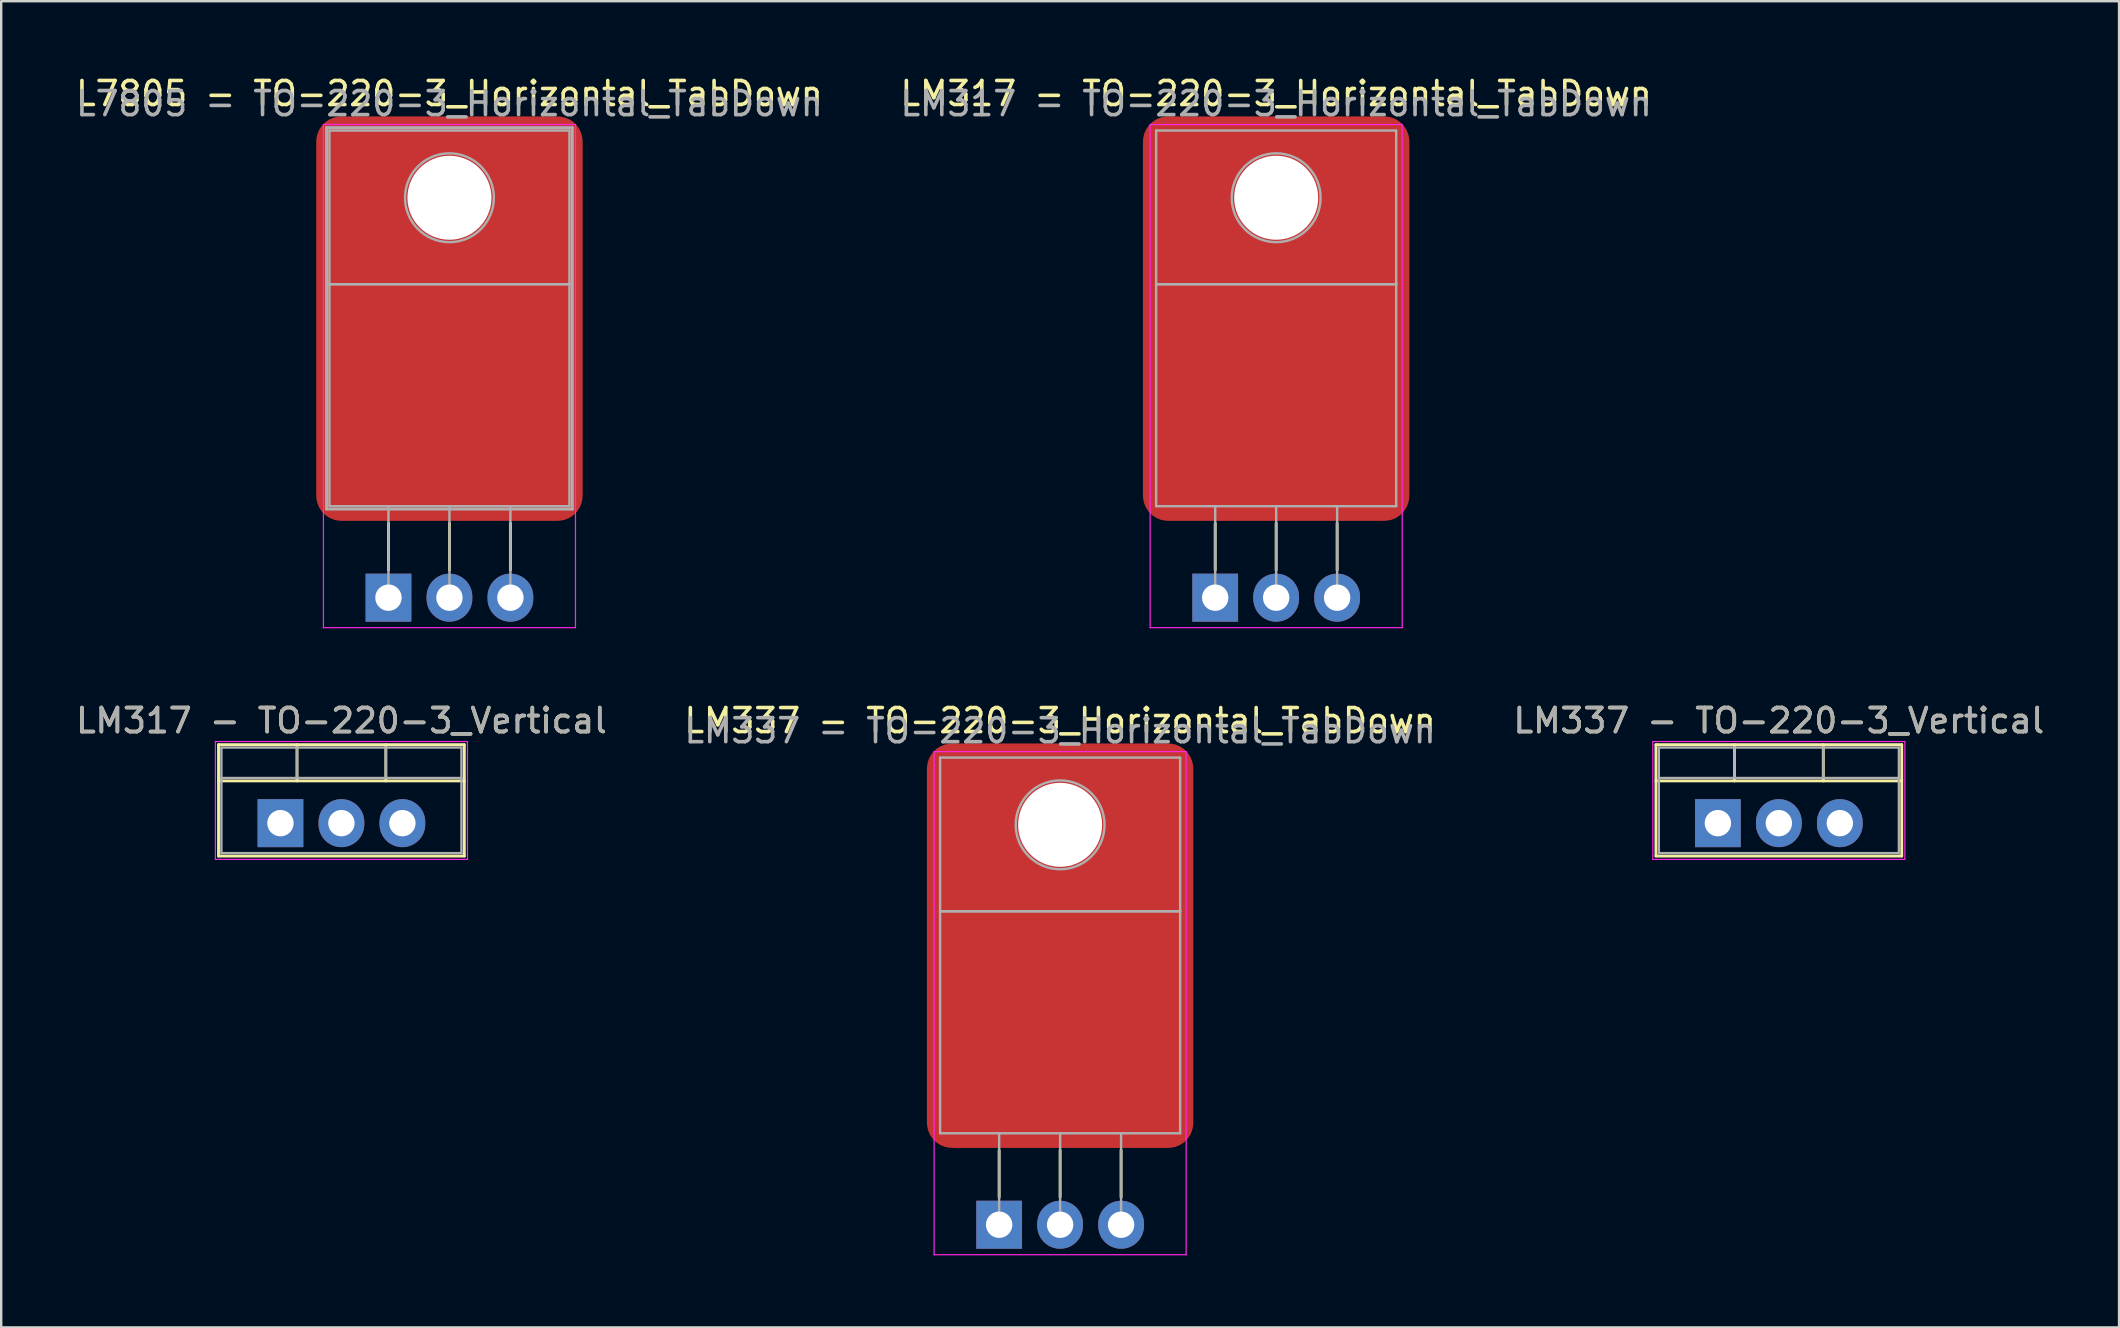
<source format=kicad_pcb>
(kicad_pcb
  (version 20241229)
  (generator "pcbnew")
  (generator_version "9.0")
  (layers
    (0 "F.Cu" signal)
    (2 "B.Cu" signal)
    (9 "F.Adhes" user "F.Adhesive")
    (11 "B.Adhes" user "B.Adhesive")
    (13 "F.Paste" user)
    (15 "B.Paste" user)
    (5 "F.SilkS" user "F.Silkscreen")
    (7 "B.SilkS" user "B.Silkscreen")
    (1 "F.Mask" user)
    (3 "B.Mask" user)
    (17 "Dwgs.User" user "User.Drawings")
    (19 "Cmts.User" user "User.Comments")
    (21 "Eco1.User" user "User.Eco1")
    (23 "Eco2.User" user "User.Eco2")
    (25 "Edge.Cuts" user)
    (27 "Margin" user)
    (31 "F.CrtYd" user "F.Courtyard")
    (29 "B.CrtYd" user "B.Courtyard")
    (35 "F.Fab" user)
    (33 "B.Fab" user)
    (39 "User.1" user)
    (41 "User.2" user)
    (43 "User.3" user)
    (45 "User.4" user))
  (footprint "LM337 - TO-220-3_Horizontal_TabDown"
    (layer "F.Cu")
    (at 41.113 47.971)
    (property "Reference" "LM337 - TO-220-3_Horizontal_TabDown" (at 0 -21 0) (layer "F.SilkS") (effects (font (size 1 1) (thickness 0.15))))
    (attr through_hole)
    (fp_line (start -2.54 -3.1) (end -2.54 -1.15) (stroke (width 0.12) (type solid)) (layer "F.SilkS"))
    (fp_line (start 0 -3.1) (end 0 -1.15) (stroke (width 0.12) (type solid)) (layer "F.SilkS"))
    (fp_line (start 2.54 -3.1) (end 2.54 -1.15) (stroke (width 0.12) (type solid)) (layer "F.SilkS"))
    (fp_line (start -5.25 -19.71) (end -5.25 1.25) (stroke (width 0.05) (type solid)) (layer "F.CrtYd"))
    (fp_line (start -5.25 1.25) (end 5.25 1.25) (stroke (width 0.05) (type solid)) (layer "F.CrtYd"))
    (fp_line (start 5.25 -19.71) (end -5.25 -19.71) (stroke (width 0.05) (type solid)) (layer "F.CrtYd"))
    (fp_line (start 5.25 1.25) (end 5.25 -19.71) (stroke (width 0.05) (type solid)) (layer "F.CrtYd"))
    (fp_line (start -5 -19.46) (end 5 -19.46) (stroke (width 0.1) (type solid)) (layer "F.Fab"))
    (fp_line (start -5 -13.06) (end -5 -19.46) (stroke (width 0.1) (type solid)) (layer "F.Fab"))
    (fp_line (start -5 -13.06) (end 5 -13.06) (stroke (width 0.1) (type solid)) (layer "F.Fab"))
    (fp_line (start -5 -3.81) (end -5 -13.06) (stroke (width 0.1) (type solid)) (layer "F.Fab"))
    (fp_line (start -2.54 -3.81) (end -2.54 0) (stroke (width 0.1) (type solid)) (layer "F.Fab"))
    (fp_line (start 0 -3.81) (end 0 0) (stroke (width 0.1) (type solid)) (layer "F.Fab"))
    (fp_line (start 2.54 -3.81) (end 2.54 0) (stroke (width 0.1) (type solid)) (layer "F.Fab"))
    (fp_line (start 5 -19.46) (end 5 -13.06) (stroke (width 0.1) (type solid)) (layer "F.Fab"))
    (fp_line (start 5 -13.06) (end -5 -13.06) (stroke (width 0.1) (type solid)) (layer "F.Fab"))
    (fp_line (start 5 -13.06) (end 5 -3.81) (stroke (width 0.1) (type solid)) (layer "F.Fab"))
    (fp_line (start 5 -3.81) (end -5 -3.81) (stroke (width 0.1) (type solid)) (layer "F.Fab"))
    (fp_circle (center 0 -16.66) (end 1.85 -16.66) (stroke (width 0.1) (type solid)) (fill no) (layer "F.Fab"))
    (fp_text user "${REFERENCE}" (at 0 -20.58 0) (layer "F.Fab") (effects (font (size 1 1) (thickness 0.15))))
    (pad "" np_thru_hole circle (at 0 -16.66) (size 3.5 3.5) (drill 3.5) (layers "*.Cu" "*.Mask"))
    (pad "" smd custom (at 0 -11.5) (size 1.27 1.27) (layers "F.Cu" "F.Mask") (options (anchor circle)) (primitives (gr_poly (pts (xy -1.27 -0.445) (xy -1.255 -0.517) (xy -1.214 -0.579) (xy -1.152 -0.62) (xy -1.079 -0.635) (xy 1.079 -0.635) (xy 1.152 -0.62) (xy 1.214 -0.579) (xy 1.255 -0.517) (xy 1.27 -0.445) (xy 1.27 0.445) (xy 1.255 0.517) (xy 1.214 0.579) (xy 1.152 0.62) (xy 1.079 0.635) (xy -1.079 0.635) (xy -1.152 0.62) (xy -1.214 0.579) (xy -1.255 0.517) (xy -1.27 0.445)) (width 0) (fill yes)) (gr_poly (pts (xy 4.5 8.25) (xy 5.5 7.25) (xy 5.5 -7.5) (xy 4.5 -8.5) (xy -4.5 -8.5) (xy -5.5 -7.5) (xy -5.5 7.25) (xy -4.5 8.25)) (width 0.1) (fill yes)) (gr_circle (center 4.5 -7.5) (end 5.5 -7.5) (width 0.1) (fill yes)) (gr_circle (center -4.5 -7.5) (end -4.5 -6.5) (width 0.1) (fill yes)) (gr_circle (center -4.5 7.25) (end -4.5 8.25) (width 0.1) (fill yes)) (gr_circle (center 4.5 7.25) (end 5.5 7.25) (width 0.1) (fill yes))))
    (pad "A" thru_hole rect (at -2.54 0) (size 1.905 2) (drill 1.1) (layers "*.Cu" "*.Mask"))
    (pad "I" thru_hole oval (at 0 0) (size 1.905 2) (drill 1.1) (layers "*.Cu" "*.Mask"))
    (pad "O" thru_hole oval (at 2.54 0) (size 1.905 2) (drill 1.1) (layers "*.Cu" "*.Mask")))
  (footprint "L7805 - TO-220-3_Horizontal_TabDown"
    (layer "F.Cu")
    (at 15.673 21.848)
    (property "Reference" "L7805 - TO-220-3_Horizontal_TabDown" (at 0 -21 0) (layer "F.SilkS") (effects (font (size 1 1) (thickness 0.15))))
    (attr through_hole)
    (fp_line (start -2.54 -3.1) (end -2.54 -1.15) (stroke (width 0.12) (type solid)) (layer "F.SilkS"))
    (fp_line (start 0 -3.1) (end 0 -1.15) (stroke (width 0.12) (type solid)) (layer "F.SilkS"))
    (fp_line (start 2.54 -3.1) (end 2.54 -1.15) (stroke (width 0.12) (type solid)) (layer "F.SilkS"))
    (fp_line (start -5.25 -19.71) (end -5.25 1.25) (stroke (width 0.05) (type solid)) (layer "F.CrtYd"))
    (fp_line (start -5.25 1.25) (end 5.25 1.25) (stroke (width 0.05) (type solid)) (layer "F.CrtYd"))
    (fp_line (start 5.25 -19.71) (end -5.25 -19.71) (stroke (width 0.05) (type solid)) (layer "F.CrtYd"))
    (fp_line (start 5.25 1.25) (end 5.25 -19.71) (stroke (width 0.05) (type solid)) (layer "F.CrtYd"))
    (fp_line (start -5.12 -19.58) (end -5.12 -3.69) (stroke (width 0.12) (type solid)) (layer "F.Fab"))
    (fp_line (start -5.12 -19.58) (end 5.12 -19.58) (stroke (width 0.12) (type solid)) (layer "F.Fab"))
    (fp_line (start -5.12 -3.69) (end 5.12 -3.69) (stroke (width 0.12) (type solid)) (layer "F.Fab"))
    (fp_line (start -5 -19.46) (end 5 -19.46) (stroke (width 0.1) (type solid)) (layer "F.Fab"))
    (fp_line (start -5 -13.06) (end -5 -19.46) (stroke (width 0.1) (type solid)) (layer "F.Fab"))
    (fp_line (start -5 -13.06) (end 5 -13.06) (stroke (width 0.1) (type solid)) (layer "F.Fab"))
    (fp_line (start -5 -3.81) (end -5 -13.06) (stroke (width 0.1) (type solid)) (layer "F.Fab"))
    (fp_line (start -2.54 -3.81) (end -2.54 0) (stroke (width 0.1) (type solid)) (layer "F.Fab"))
    (fp_line (start 0 -3.81) (end 0 0) (stroke (width 0.1) (type solid)) (layer "F.Fab"))
    (fp_line (start 2.54 -3.81) (end 2.54 0) (stroke (width 0.1) (type solid)) (layer "F.Fab"))
    (fp_line (start 5 -19.46) (end 5 -13.06) (stroke (width 0.1) (type solid)) (layer "F.Fab"))
    (fp_line (start 5 -13.06) (end -5 -13.06) (stroke (width 0.1) (type solid)) (layer "F.Fab"))
    (fp_line (start 5 -13.06) (end 5 -3.81) (stroke (width 0.1) (type solid)) (layer "F.Fab"))
    (fp_line (start 5 -3.81) (end -5 -3.81) (stroke (width 0.1) (type solid)) (layer "F.Fab"))
    (fp_line (start 5.12 -19.58) (end 5.12 -3.69) (stroke (width 0.12) (type solid)) (layer "F.Fab"))
    (fp_circle (center 0 -16.66) (end 1.85 -16.66) (stroke (width 0.1) (type solid)) (fill no) (layer "F.Fab"))
    (fp_text user "${REFERENCE}" (at 0 -20.58 0) (layer "F.Fab") (effects (font (size 1 1) (thickness 0.15))))
    (pad "" np_thru_hole circle (at 0 -16.66) (size 3.5 3.5) (drill 3.5) (layers "*.Cu" "*.Mask"))
    (pad "1" thru_hole rect (at -2.54 0) (size 1.905 2) (drill 1.1) (layers "*.Cu" "*.Mask"))
    (pad "2" thru_hole oval (at 0 0) (size 1.905 2) (drill 1.1) (layers "*.Cu" "*.Mask"))
    (pad "3" thru_hole oval (at 2.54 0) (size 1.905 2) (drill 1.1) (layers "*.Cu" "*.Mask"))
    (pad "4" smd custom (at 0 -11.5) (size 1.27 1.27) (layers "F.Cu" "F.Mask" "F.Paste") (options (anchor circle)) (primitives (gr_poly (pts (xy -1.27 -0.445) (xy -1.255 -0.517) (xy -1.214 -0.579) (xy -1.152 -0.62) (xy -1.079 -0.635) (xy 1.079 -0.635) (xy 1.152 -0.62) (xy 1.214 -0.579) (xy 1.255 -0.517) (xy 1.27 -0.445) (xy 1.27 0.445) (xy 1.255 0.517) (xy 1.214 0.579) (xy 1.152 0.62) (xy 1.079 0.635) (xy -1.079 0.635) (xy -1.152 0.62) (xy -1.214 0.579) (xy -1.255 0.517) (xy -1.27 0.445)) (width 0) (fill yes)) (gr_poly (pts (xy 4.5 8.25) (xy 5.5 7.25) (xy 5.5 -7.5) (xy 4.5 -8.5) (xy -4.5 -8.5) (xy -5.5 -7.5) (xy -5.5 7.25) (xy -4.5 8.25)) (width 0.1) (fill yes)) (gr_circle (center 4.5 -7.5) (end 5.5 -7.5) (width 0.1) (fill yes)) (gr_circle (center -4.5 -7.5) (end -4.5 -6.5) (width 0.1) (fill yes)) (gr_circle (center -4.5 7.25) (end -4.5 8.25) (width 0.1) (fill yes)) (gr_circle (center 4.5 7.25) (end 5.5 7.25) (width 0.1) (fill yes)))))
  (footprint "LM317 - TO-220-3_Horizontal_TabDown"
    (layer "F.Cu")
    (at 50.113 21.848)
    (property "Reference" "LM317 - TO-220-3_Horizontal_TabDown" (at 0 -21 0) (layer "F.SilkS") (effects (font (size 1 1) (thickness 0.15))))
    (attr through_hole)
    (fp_line (start -2.54 -3.1) (end -2.54 -1.15) (stroke (width 0.12) (type solid)) (layer "F.SilkS"))
    (fp_line (start 0 -3.1) (end 0 -1.15) (stroke (width 0.12) (type solid)) (layer "F.SilkS"))
    (fp_line (start 2.54 -3.1) (end 2.54 -1.15) (stroke (width 0.12) (type solid)) (layer "F.SilkS"))
    (fp_line (start -5.25 -19.71) (end -5.25 1.25) (stroke (width 0.05) (type solid)) (layer "F.CrtYd"))
    (fp_line (start -5.25 1.25) (end 5.25 1.25) (stroke (width 0.05) (type solid)) (layer "F.CrtYd"))
    (fp_line (start 5.25 -19.71) (end -5.25 -19.71) (stroke (width 0.05) (type solid)) (layer "F.CrtYd"))
    (fp_line (start 5.25 1.25) (end 5.25 -19.71) (stroke (width 0.05) (type solid)) (layer "F.CrtYd"))
    (fp_line (start -5 -19.46) (end 5 -19.46) (stroke (width 0.1) (type solid)) (layer "F.Fab"))
    (fp_line (start -5 -13.06) (end -5 -19.46) (stroke (width 0.1) (type solid)) (layer "F.Fab"))
    (fp_line (start -5 -13.06) (end 5 -13.06) (stroke (width 0.1) (type solid)) (layer "F.Fab"))
    (fp_line (start -5 -3.81) (end -5 -13.06) (stroke (width 0.1) (type solid)) (layer "F.Fab"))
    (fp_line (start -2.54 -3.81) (end -2.54 0) (stroke (width 0.1) (type solid)) (layer "F.Fab"))
    (fp_line (start 0 -3.81) (end 0 0) (stroke (width 0.1) (type solid)) (layer "F.Fab"))
    (fp_line (start 2.54 -3.81) (end 2.54 0) (stroke (width 0.1) (type solid)) (layer "F.Fab"))
    (fp_line (start 5 -19.46) (end 5 -13.06) (stroke (width 0.1) (type solid)) (layer "F.Fab"))
    (fp_line (start 5 -13.06) (end -5 -13.06) (stroke (width 0.1) (type solid)) (layer "F.Fab"))
    (fp_line (start 5 -13.06) (end 5 -3.81) (stroke (width 0.1) (type solid)) (layer "F.Fab"))
    (fp_line (start 5 -3.81) (end -5 -3.81) (stroke (width 0.1) (type solid)) (layer "F.Fab"))
    (fp_circle (center 0 -16.66) (end 1.85 -16.66) (stroke (width 0.1) (type solid)) (fill no) (layer "F.Fab"))
    (fp_text user "${REFERENCE}" (at 0 -20.58 0) (layer "F.Fab") (effects (font (size 1 1) (thickness 0.15))))
    (pad "" np_thru_hole circle (at 0 -16.66) (size 3.5 3.5) (drill 3.5) (layers "*.Cu" "*.Mask"))
    (pad "" smd custom (at 0 -11.5) (size 1.27 1.27) (layers "F.Cu" "F.Mask") (options (anchor circle)) (primitives (gr_poly (pts (xy -1.27 -0.445) (xy -1.255 -0.517) (xy -1.214 -0.579) (xy -1.152 -0.62) (xy -1.079 -0.635) (xy 1.079 -0.635) (xy 1.152 -0.62) (xy 1.214 -0.579) (xy 1.255 -0.517) (xy 1.27 -0.445) (xy 1.27 0.445) (xy 1.255 0.517) (xy 1.214 0.579) (xy 1.152 0.62) (xy 1.079 0.635) (xy -1.079 0.635) (xy -1.152 0.62) (xy -1.214 0.579) (xy -1.255 0.517) (xy -1.27 0.445)) (width 0) (fill yes)) (gr_poly (pts (xy 4.5 8.25) (xy 5.5 7.25) (xy 5.5 -7.5) (xy 4.5 -8.5) (xy -4.5 -8.5) (xy -5.5 -7.5) (xy -5.5 7.25) (xy -4.5 8.25)) (width 0.1) (fill yes)) (gr_circle (center 4.5 -7.5) (end 5.5 -7.5) (width 0.1) (fill yes)) (gr_circle (center -4.5 -7.5) (end -4.5 -6.5) (width 0.1) (fill yes)) (gr_circle (center -4.5 7.25) (end -4.5 8.25) (width 0.1) (fill yes)) (gr_circle (center 4.5 7.25) (end 5.5 7.25) (width 0.1) (fill yes))))
    (pad "A" thru_hole rect (at -2.54 0) (size 1.905 2) (drill 1.1) (layers "*.Cu" "*.Mask"))
    (pad "I" thru_hole oval (at 2.54 0) (size 1.905 2) (drill 1.1) (layers "*.Cu" "*.Mask"))
    (pad "O" thru_hole oval (at 0 0) (size 1.905 2) (drill 1.1) (layers "*.Cu" "*.Mask")))
  (footprint "LM317 - TO-220-3_Vertical"
    (layer "F.Cu")
    (at 8.633 31.241)
    (property "Reference" "LM317 - TO-220-3_Vertical" (at 2.54 -4.27 0) (layer "F.SilkS") (effects (font (size 1 1) (thickness 0.15))))
    (attr through_hole)
    (fp_line (start -2.58 -3.27) (end -2.58 1.371) (stroke (width 0.12) (type solid)) (layer "F.SilkS"))
    (fp_line (start -2.58 -3.27) (end 7.66 -3.27) (stroke (width 0.12) (type solid)) (layer "F.SilkS"))
    (fp_line (start -2.58 -1.76) (end 7.66 -1.76) (stroke (width 0.12) (type solid)) (layer "F.SilkS"))
    (fp_line (start -2.58 1.371) (end 7.66 1.371) (stroke (width 0.12) (type solid)) (layer "F.SilkS"))
    (fp_line (start 0.69 -3.27) (end 0.69 -1.76) (stroke (width 0.12) (type solid)) (layer "F.SilkS"))
    (fp_line (start 4.391 -3.27) (end 4.391 -1.76) (stroke (width 0.12) (type solid)) (layer "F.SilkS"))
    (fp_line (start 7.66 -3.27) (end 7.66 1.371) (stroke (width 0.12) (type solid)) (layer "F.SilkS"))
    (fp_line (start -2.71 -3.4) (end -2.71 1.51) (stroke (width 0.05) (type solid)) (layer "F.CrtYd"))
    (fp_line (start -2.71 1.51) (end 7.79 1.51) (stroke (width 0.05) (type solid)) (layer "F.CrtYd"))
    (fp_line (start 7.79 -3.4) (end -2.71 -3.4) (stroke (width 0.05) (type solid)) (layer "F.CrtYd"))
    (fp_line (start 7.79 1.51) (end 7.79 -3.4) (stroke (width 0.05) (type solid)) (layer "F.CrtYd"))
    (fp_line (start -2.46 -3.15) (end -2.46 1.25) (stroke (width 0.1) (type solid)) (layer "F.Fab"))
    (fp_line (start -2.46 -1.88) (end 7.54 -1.88) (stroke (width 0.1) (type solid)) (layer "F.Fab"))
    (fp_line (start -2.46 1.25) (end 7.54 1.25) (stroke (width 0.1) (type solid)) (layer "F.Fab"))
    (fp_line (start 0.69 -3.15) (end 0.69 -1.88) (stroke (width 0.1) (type solid)) (layer "F.Fab"))
    (fp_line (start 4.39 -3.15) (end 4.39 -1.88) (stroke (width 0.1) (type solid)) (layer "F.Fab"))
    (fp_line (start 7.54 -3.15) (end -2.46 -3.15) (stroke (width 0.1) (type solid)) (layer "F.Fab"))
    (fp_line (start 7.54 1.25) (end 7.54 -3.15) (stroke (width 0.1) (type solid)) (layer "F.Fab"))
    (fp_text user "${REFERENCE}" (at 2.54 -4.27 0) (layer "F.Fab") (effects (font (size 1 1) (thickness 0.15))))
    (pad "A" thru_hole rect (at 0 0) (size 1.905 2) (drill 1.1) (layers "*.Cu" "*.Mask"))
    (pad "I" thru_hole oval (at 5.08 0) (size 1.905 2) (drill 1.1) (layers "*.Cu" "*.Mask"))
    (pad "O" thru_hole oval (at 2.54 0) (size 1.905 2) (drill 1.1) (layers "*.Cu" "*.Mask")))
  (footprint "LM337 - TO-220-3_Vertical"
    (layer "F.Cu")
    (at 68.514 31.241)
    (property "Reference" "LM337 - TO-220-3_Vertical" (at 2.54 -4.27 0) (layer "F.SilkS") (effects (font (size 1 1) (thickness 0.15))))
    (attr through_hole)
    (fp_line (start -2.58 -3.27) (end -2.58 1.371) (stroke (width 0.12) (type solid)) (layer "F.SilkS"))
    (fp_line (start -2.58 -3.27) (end 7.66 -3.27) (stroke (width 0.12) (type solid)) (layer "F.SilkS"))
    (fp_line (start -2.58 -1.76) (end 7.66 -1.76) (stroke (width 0.12) (type solid)) (layer "F.SilkS"))
    (fp_line (start -2.58 1.371) (end 7.66 1.371) (stroke (width 0.12) (type solid)) (layer "F.SilkS"))
    (fp_line (start 0.69 -3.27) (end 0.69 -1.76) (stroke (width 0.12) (type solid)) (layer "F.SilkS"))
    (fp_line (start 4.391 -3.27) (end 4.391 -1.76) (stroke (width 0.12) (type solid)) (layer "F.SilkS"))
    (fp_line (start 7.66 -3.27) (end 7.66 1.371) (stroke (width 0.12) (type solid)) (layer "F.SilkS"))
    (fp_line (start -2.71 -3.4) (end -2.71 1.51) (stroke (width 0.05) (type solid)) (layer "F.CrtYd"))
    (fp_line (start -2.71 1.51) (end 7.79 1.51) (stroke (width 0.05) (type solid)) (layer "F.CrtYd"))
    (fp_line (start 7.79 -3.4) (end -2.71 -3.4) (stroke (width 0.05) (type solid)) (layer "F.CrtYd"))
    (fp_line (start 7.79 1.51) (end 7.79 -3.4) (stroke (width 0.05) (type solid)) (layer "F.CrtYd"))
    (fp_line (start -2.46 -3.15) (end -2.46 1.25) (stroke (width 0.1) (type solid)) (layer "F.Fab"))
    (fp_line (start -2.46 -1.88) (end 7.54 -1.88) (stroke (width 0.1) (type solid)) (layer "F.Fab"))
    (fp_line (start -2.46 1.25) (end 7.54 1.25) (stroke (width 0.1) (type solid)) (layer "F.Fab"))
    (fp_line (start 0.69 -3.15) (end 0.69 -1.88) (stroke (width 0.1) (type solid)) (layer "F.Fab"))
    (fp_line (start 4.39 -3.15) (end 4.39 -1.88) (stroke (width 0.1) (type solid)) (layer "F.Fab"))
    (fp_line (start 7.54 -3.15) (end -2.46 -3.15) (stroke (width 0.1) (type solid)) (layer "F.Fab"))
    (fp_line (start 7.54 1.25) (end 7.54 -3.15) (stroke (width 0.1) (type solid)) (layer "F.Fab"))
    (fp_text user "${REFERENCE}" (at 2.54 -4.27 0) (layer "F.Fab") (effects (font (size 1 1) (thickness 0.15))))
    (pad "A" thru_hole rect (at 0 0) (size 1.905 2) (drill 1.1) (layers "*.Cu" "*.Mask"))
    (pad "I" thru_hole oval (at 2.54 0) (size 1.905 2) (drill 1.1) (layers "*.Cu" "*.Mask"))
    (pad "O" thru_hole oval (at 5.08 0) (size 1.905 2) (drill 1.1) (layers "*.Cu" "*.Mask")))
  (gr_rect
    (start -3 -3)
    (end 85.226 52.246)
    (stroke (width 0.1) (type default))
    (fill no)
    (layer "Edge.Cuts")))
</source>
